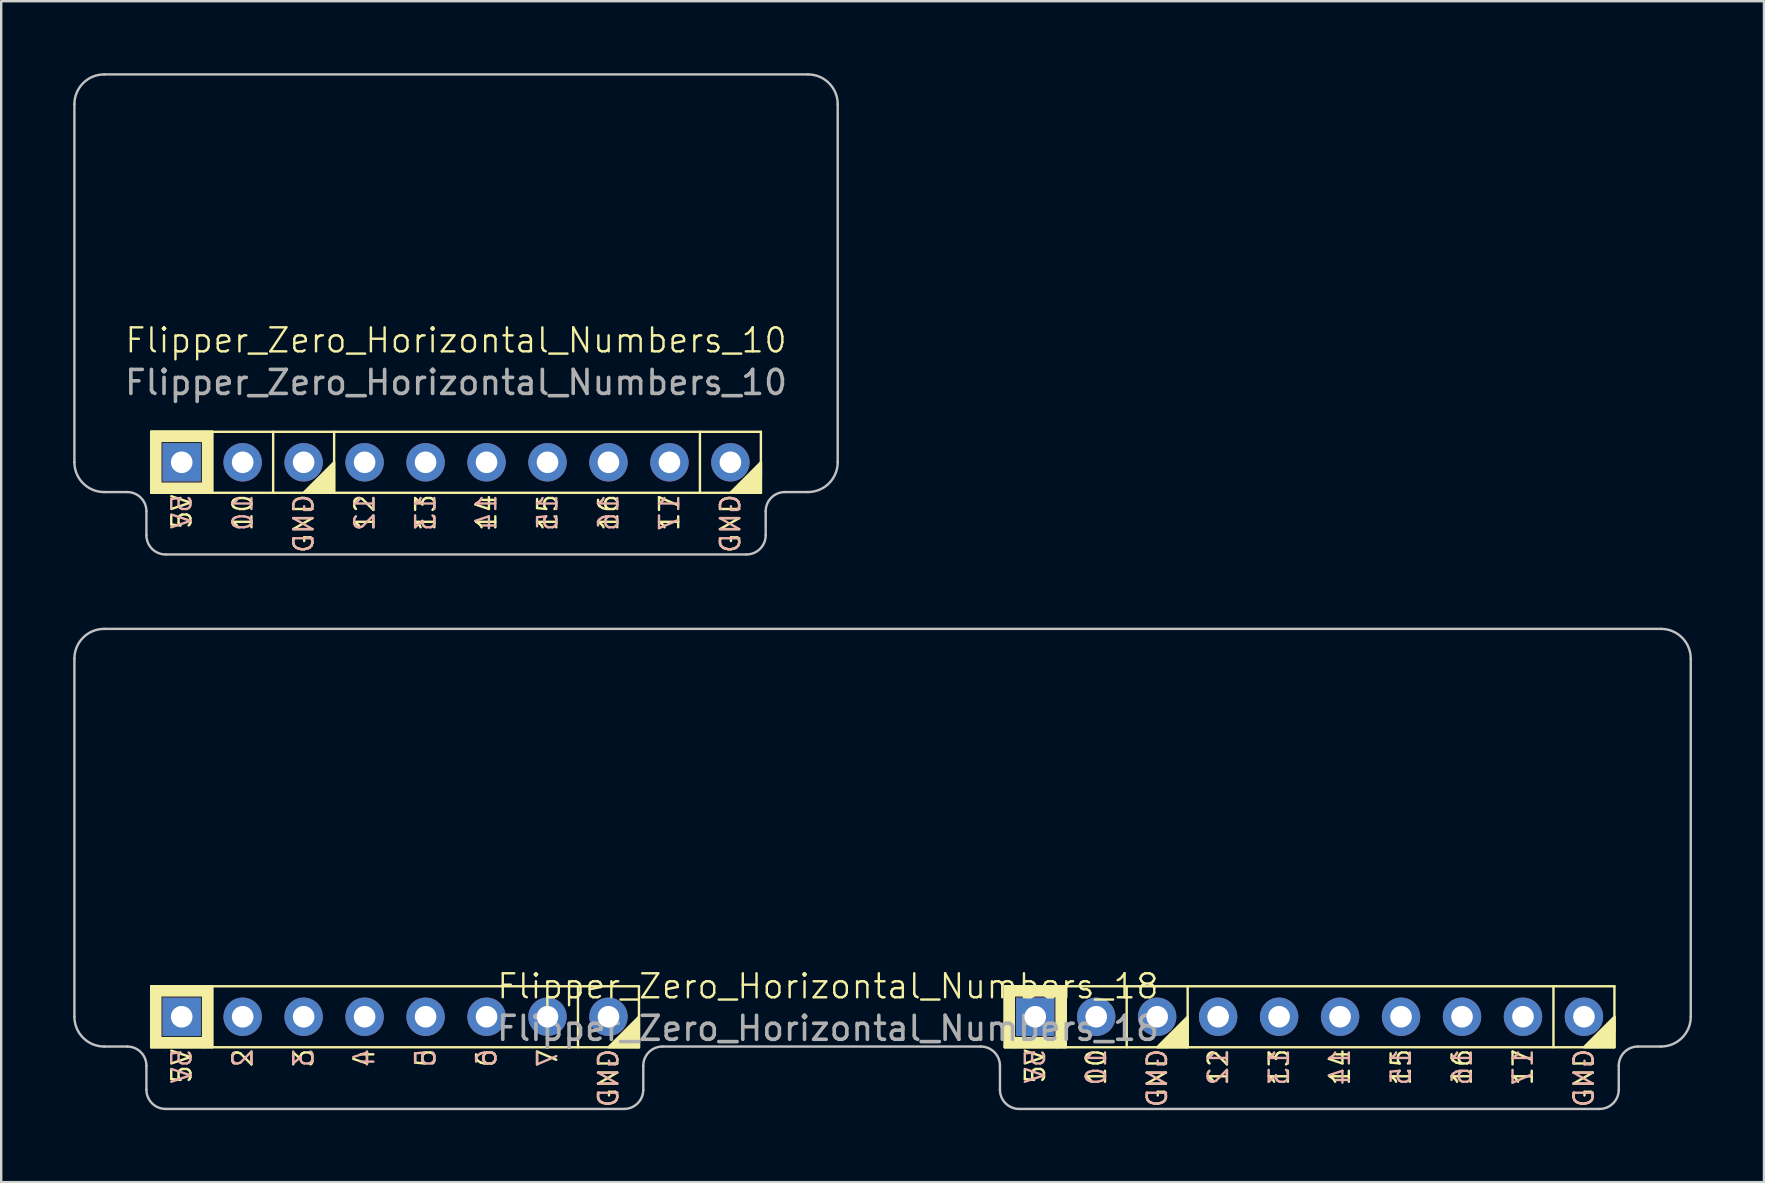
<source format=kicad_pcb>
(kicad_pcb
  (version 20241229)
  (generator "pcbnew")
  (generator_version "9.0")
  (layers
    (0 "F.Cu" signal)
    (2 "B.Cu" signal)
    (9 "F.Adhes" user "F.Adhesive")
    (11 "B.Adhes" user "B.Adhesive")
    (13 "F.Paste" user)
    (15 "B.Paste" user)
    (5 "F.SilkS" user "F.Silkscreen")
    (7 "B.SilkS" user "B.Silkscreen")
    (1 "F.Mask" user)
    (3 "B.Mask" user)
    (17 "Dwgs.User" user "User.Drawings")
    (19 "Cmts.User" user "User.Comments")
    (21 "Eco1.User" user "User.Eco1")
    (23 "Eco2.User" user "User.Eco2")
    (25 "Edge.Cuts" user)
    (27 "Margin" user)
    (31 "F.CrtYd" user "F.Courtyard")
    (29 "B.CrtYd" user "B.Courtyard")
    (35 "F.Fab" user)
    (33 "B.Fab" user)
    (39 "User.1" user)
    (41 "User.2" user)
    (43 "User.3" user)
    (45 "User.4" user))
  (footprint "Flipper_Zero_Horizontal_Numbers_18"
    (layer "F.Cu")
    (at 4.52 39.31)
    (property "Reference" "Flipper_Zero_Horizontal_Numbers_18" (at 26.924 -1.27 0) (unlocked yes) (layer "F.SilkS") (effects (font (size 1 1) (thickness 0.1))))
    (attr through_hole)
    (fp_line (start -1.27 -1.27) (end -1.27 1.27) (stroke (width 0.1) (type default)) (layer "F.SilkS"))
    (fp_line (start -1.27 1.27) (end 19.05 1.27) (stroke (width 0.1) (type default)) (layer "F.SilkS"))
    (fp_line (start 1.27 -1.27) (end 1.27 1.27) (stroke (width 0.1) (type default)) (layer "F.SilkS"))
    (fp_line (start 16.51 -1.27) (end 16.51 1.27) (stroke (width 0.1) (type default)) (layer "F.SilkS"))
    (fp_line (start 19.05 -1.27) (end -1.27 -1.27) (stroke (width 0.1) (type default)) (layer "F.SilkS"))
    (fp_line (start 19.05 1.27) (end 19.05 -1.27) (stroke (width 0.1) (type default)) (layer "F.SilkS"))
    (fp_line (start 34.29 -1.27) (end 36.83 -1.27) (stroke (width 0.1) (type default)) (layer "F.SilkS"))
    (fp_line (start 34.29 -1.27) (end 59.69 -1.27) (stroke (width 0.1) (type default)) (layer "F.SilkS"))
    (fp_line (start 34.29 1.27) (end 34.29 -1.27) (stroke (width 0.1) (type default)) (layer "F.SilkS"))
    (fp_line (start 36.83 -1.27) (end 36.83 1.27) (stroke (width 0.1) (type default)) (layer "F.SilkS"))
    (fp_line (start 39.37 -1.27) (end 39.37 1.27) (stroke (width 0.1) (type default)) (layer "F.SilkS"))
    (fp_line (start 41.91 -1.27) (end 41.91 1.27) (stroke (width 0.1) (type default)) (layer "F.SilkS"))
    (fp_line (start 57.15 -1.27) (end 57.15 1.27) (stroke (width 0.1) (type default)) (layer "F.SilkS"))
    (fp_line (start 59.69 -1.27) (end 59.69 1.27) (stroke (width 0.1) (type default)) (layer "F.SilkS"))
    (fp_line (start 59.69 0) (end 59.69 0.635) (stroke (width 0.1) (type default)) (layer "F.SilkS"))
    (fp_line (start 59.69 1.27) (end 34.29 1.27) (stroke (width 0.1) (type default)) (layer "F.SilkS"))
    (fp_rect (start -1.27 -1.27) (end -0.889 0.889) (stroke (width 0.1) (type solid)) (fill yes) (layer "F.SilkS"))
    (fp_rect (start -1.27 0.889) (end 0.889 1.27) (stroke (width 0.1) (type solid)) (fill yes) (layer "F.SilkS"))
    (fp_rect (start -0.889 -1.27) (end 0.889 -0.889) (stroke (width 0.1) (type solid)) (fill yes) (layer "F.SilkS"))
    (fp_rect (start 0.889 -1.27) (end 1.27 1.27) (stroke (width 0.1) (type solid)) (fill yes) (layer "F.SilkS"))
    (fp_rect (start 34.29 -1.27) (end 36.449 -0.889) (stroke (width 0.1) (type solid)) (fill yes) (layer "F.SilkS"))
    (fp_rect (start 34.29 -0.889) (end 34.671 1.27) (stroke (width 0.1) (type solid)) (fill yes) (layer "F.SilkS"))
    (fp_rect (start 34.671 0.889) (end 36.449 1.27) (stroke (width 0.1) (type solid)) (fill yes) (layer "F.SilkS"))
    (fp_rect (start 36.449 -1.27) (end 36.83 1.27) (stroke (width 0.1) (type solid)) (fill yes) (layer "F.SilkS"))
    (fp_poly (pts (xy 19.05 0) (xy 17.78 1.27) (xy 19.05 1.27)) (stroke (width 0.1) (type solid)) (fill yes) (layer "F.SilkS"))
    (fp_poly (pts (xy 41.91 0) (xy 40.64 1.27) (xy 41.91 1.27)) (stroke (width 0.1) (type solid)) (fill yes) (layer "F.SilkS"))
    (fp_poly (pts (xy 59.69 0) (xy 58.42 1.27) (xy 59.69 1.27)) (stroke (width 0.1) (type solid)) (fill yes) (layer "F.SilkS"))
    (fp_line (start -4.47 0) (end -4.47 -14.92) (stroke (width 0.1) (type default)) (layer "Dwgs.User"))
    (fp_line (start -2.27 1.24) (end -3.23 1.24) (stroke (width 0.1) (type default)) (layer "Dwgs.User"))
    (fp_line (start -1.47 2.04) (end -1.47 3.04) (stroke (width 0.1) (type default)) (layer "Dwgs.User"))
    (fp_line (start -0.67 3.84) (end 18.43 3.84) (stroke (width 0.1) (type default)) (layer "Dwgs.User"))
    (fp_line (start 19.23 3.04) (end 19.23 2.04) (stroke (width 0.1) (type default)) (layer "Dwgs.User"))
    (fp_line (start 20.03 1.24) (end 33.29 1.24) (stroke (width 0.1) (type default)) (layer "Dwgs.User"))
    (fp_line (start 34.09 3.04) (end 34.09 2.04) (stroke (width 0.1) (type default)) (layer "Dwgs.User"))
    (fp_line (start 34.89 3.84) (end 59.07 3.84) (stroke (width 0.1) (type default)) (layer "Dwgs.User"))
    (fp_line (start 59.87 2.04) (end 59.87 3.04) (stroke (width 0.1) (type default)) (layer "Dwgs.User"))
    (fp_line (start 61.63 -16.16) (end -3.23 -16.16) (stroke (width 0.1) (type default)) (layer "Dwgs.User"))
    (fp_line (start 61.63 1.24) (end 60.67 1.24) (stroke (width 0.1) (type default)) (layer "Dwgs.User"))
    (fp_line (start 62.87 0) (end 62.87 -14.92) (stroke (width 0.1) (type default)) (layer "Dwgs.User"))
    (fp_arc (start -4.47 -14.92) (mid -4.106812 -15.796812) (end -3.23 -16.16) (stroke (width 0.1) (type default)) (layer "Dwgs.User"))
    (fp_arc (start -3.23 1.24) (mid -4.106812 0.876812) (end -4.47 0) (stroke (width 0.1) (type default)) (layer "Dwgs.User"))
    (fp_arc (start -2.27 1.24) (mid -1.704314 1.474314) (end -1.47 2.04) (stroke (width 0.1) (type default)) (layer "Dwgs.User"))
    (fp_arc (start -0.67 3.84) (mid -1.235686 3.605686) (end -1.47 3.04) (stroke (width 0.1) (type default)) (layer "Dwgs.User"))
    (fp_arc (start 19.23 2.04) (mid 19.464314 1.474314) (end 20.03 1.24) (stroke (width 0.1) (type default)) (layer "Dwgs.User"))
    (fp_arc (start 19.23 3.04) (mid 18.995686 3.605686) (end 18.43 3.84) (stroke (width 0.1) (type default)) (layer "Dwgs.User"))
    (fp_arc (start 33.29 1.24) (mid 33.855686 1.474314) (end 34.09 2.04) (stroke (width 0.1) (type default)) (layer "Dwgs.User"))
    (fp_arc (start 34.89 3.84) (mid 34.324314 3.605686) (end 34.09 3.04) (stroke (width 0.1) (type default)) (layer "Dwgs.User"))
    (fp_arc (start 59.87 2.04) (mid 60.104314 1.474314) (end 60.67 1.24) (stroke (width 0.1) (type default)) (layer "Dwgs.User"))
    (fp_arc (start 59.87 3.04) (mid 59.635686 3.605686) (end 59.07 3.84) (stroke (width 0.1) (type default)) (layer "Dwgs.User"))
    (fp_arc (start 61.63 -16.16) (mid 62.506812 -15.796812) (end 62.87 -14.92) (stroke (width 0.1) (type default)) (layer "Dwgs.User"))
    (fp_arc (start 62.87 0) (mid 62.506812 0.876812) (end 61.63 1.24) (stroke (width 0.1) (type default)) (layer "Dwgs.User"))
    (fp_text user "GND" (at 58.42 1.27 90) (unlocked yes) (layer "F.SilkS") (effects (font (size 0.8 0.8) (thickness 0.1)) (justify right)))
    (fp_text user "GND" (at 17.78 1.27 90) (unlocked yes) (layer "F.SilkS") (effects (font (size 0.8 0.8) (thickness 0.1)) (justify right)))
    (fp_text user "12" (at 43.18 1.27 90) (unlocked yes) (layer "F.SilkS") (effects (font (size 0.8 0.8) (thickness 0.1)) (justify right)))
    (fp_text user "15" (at 50.8 1.27 90) (unlocked yes) (layer "F.SilkS") (effects (font (size 0.8 0.8) (thickness 0.1)) (justify right)))
    (fp_text user "5" (at 10.16 1.27 90) (unlocked yes) (layer "F.SilkS") (effects (font (size 0.8 0.8) (thickness 0.1)) (justify right)))
    (fp_text user "13" (at 45.72 1.27 90) (unlocked yes) (layer "F.SilkS") (effects (font (size 0.8 0.8) (thickness 0.1)) (justify right)))
    (fp_text user "4" (at 7.62 1.27 90) (unlocked yes) (layer "F.SilkS") (effects (font (size 0.8 0.8) (thickness 0.1)) (justify right)))
    (fp_text user "5V" (at 35.56 1.27 90) (unlocked yes) (layer "F.SilkS") (effects (font (size 0.8 0.8) (thickness 0.1)) (justify right)))
    (fp_text user "7" (at 15.24 1.27 90) (unlocked yes) (layer "F.SilkS") (effects (font (size 0.8 0.8) (thickness 0.1)) (justify right)))
    (fp_text user "10" (at 38.1 1.27 90) (unlocked yes) (layer "F.SilkS") (effects (font (size 0.8 0.8) (thickness 0.1)) (justify right)))
    (fp_text user "3" (at 5.08 1.27 90) (unlocked yes) (layer "F.SilkS") (effects (font (size 0.8 0.8) (thickness 0.1)) (justify right)))
    (fp_text user "17" (at 55.88 1.27 90) (unlocked yes) (layer "F.SilkS") (effects (font (size 0.8 0.8) (thickness 0.1)) (justify right)))
    (fp_text user "14" (at 48.26 1.27 90) (unlocked yes) (layer "F.SilkS") (effects (font (size 0.8 0.8) (thickness 0.1)) (justify right)))
    (fp_text user "2" (at 2.54 1.27 90) (unlocked yes) (layer "F.SilkS") (effects (font (size 0.8 0.8) (thickness 0.1)) (justify right)))
    (fp_text user "5V" (at 0 1.27 90) (unlocked yes) (layer "F.SilkS") (effects (font (size 0.8 0.8) (thickness 0.1)) (justify right)))
    (fp_text user "6" (at 12.7 1.27 90) (unlocked yes) (layer "F.SilkS") (effects (font (size 0.8 0.8) (thickness 0.1)) (justify right)))
    (fp_text user "GND" (at 40.64 1.27 90) (unlocked yes) (layer "F.SilkS") (effects (font (size 0.8 0.8) (thickness 0.1)) (justify right)))
    (fp_text user "16" (at 53.34 1.27 90) (unlocked yes) (layer "F.SilkS") (effects (font (size 0.8 0.8) (thickness 0.1)) (justify right)))
    (fp_text user "13" (at 45.72 1.27 90) (unlocked yes) (layer "B.SilkS") (effects (font (size 0.8 0.8) (thickness 0.1)) (justify left mirror)))
    (fp_text user "15" (at 50.8 1.27 90) (unlocked yes) (layer "B.SilkS") (effects (font (size 0.8 0.8) (thickness 0.1)) (justify left mirror)))
    (fp_text user "14" (at 48.26 1.27 90) (unlocked yes) (layer "B.SilkS") (effects (font (size 0.8 0.8) (thickness 0.1)) (justify left mirror)))
    (fp_text user "12" (at 43.18 1.27 90) (unlocked yes) (layer "B.SilkS") (effects (font (size 0.8 0.8) (thickness 0.1)) (justify left mirror)))
    (fp_text user "7" (at 15.24 1.27 90) (unlocked yes) (layer "B.SilkS") (effects (font (size 0.8 0.8) (thickness 0.1)) (justify left mirror)))
    (fp_text user "2" (at 2.54 1.27 90) (unlocked yes) (layer "B.SilkS") (effects (font (size 0.8 0.8) (thickness 0.1)) (justify left mirror)))
    (fp_text user "16" (at 53.34 1.27 90) (unlocked yes) (layer "B.SilkS") (effects (font (size 0.8 0.8) (thickness 0.1)) (justify left mirror)))
    (fp_text user "5V" (at 35.56 1.27 90) (unlocked yes) (layer "B.SilkS") (effects (font (size 0.8 0.8) (thickness 0.1)) (justify left mirror)))
    (fp_text user "GND" (at 17.78 1.27 90) (unlocked yes) (layer "B.SilkS") (effects (font (size 0.8 0.8) (thickness 0.1)) (justify left mirror)))
    (fp_text user "4" (at 7.62 1.27 90) (unlocked yes) (layer "B.SilkS") (effects (font (size 0.8 0.8) (thickness 0.1)) (justify left mirror)))
    (fp_text user "17" (at 55.88 1.27 90) (unlocked yes) (layer "B.SilkS") (effects (font (size 0.8 0.8) (thickness 0.1)) (justify left mirror)))
    (fp_text user "GND" (at 40.64 1.27 90) (unlocked yes) (layer "B.SilkS") (effects (font (size 0.8 0.8) (thickness 0.1)) (justify left mirror)))
    (fp_text user "GND" (at 58.42 1.27 90) (unlocked yes) (layer "B.SilkS") (effects (font (size 0.8 0.8) (thickness 0.1)) (justify left mirror)))
    (fp_text user "3" (at 5.08 1.27 90) (unlocked yes) (layer "B.SilkS") (effects (font (size 0.8 0.8) (thickness 0.1)) (justify left mirror)))
    (fp_text user "5" (at 10.16 1.27 90) (unlocked yes) (layer "B.SilkS") (effects (font (size 0.8 0.8) (thickness 0.1)) (justify left mirror)))
    (fp_text user "10" (at 38.1 1.27 90) (unlocked yes) (layer "B.SilkS") (effects (font (size 0.8 0.8) (thickness 0.1)) (justify left mirror)))
    (fp_text user "5V" (at 0 1.27 90) (unlocked yes) (layer "B.SilkS") (effects (font (size 0.8 0.8) (thickness 0.1)) (justify left mirror)))
    (fp_text user "6" (at 12.7 1.27 90) (unlocked yes) (layer "B.SilkS") (effects (font (size 0.8 0.8) (thickness 0.1)) (justify left mirror)))
    (fp_text user "${REFERENCE}" (at 26.924 0.484 0) (unlocked yes) (layer "F.Fab") (effects (font (size 1 1) (thickness 0.15))))
    (pad "1" thru_hole rect (at 0 0) (size 1.6 1.6) (drill 0.9) (layers "*.Cu" "*.Mask"))
    (pad "2" thru_hole circle (at 2.54 0) (size 1.6 1.6) (drill 0.9) (layers "*.Cu" "*.Mask"))
    (pad "3" thru_hole circle (at 5.08 0) (size 1.6 1.6) (drill 0.9) (layers "*.Cu" "*.Mask"))
    (pad "4" thru_hole circle (at 7.62 0) (size 1.6 1.6) (drill 0.9) (layers "*.Cu" "*.Mask"))
    (pad "5" thru_hole circle (at 10.16 0) (size 1.6 1.6) (drill 0.9) (layers "*.Cu" "*.Mask"))
    (pad "6" thru_hole circle (at 12.7 0) (size 1.6 1.6) (drill 0.9) (layers "*.Cu" "*.Mask"))
    (pad "7" thru_hole circle (at 15.24 0) (size 1.6 1.6) (drill 0.9) (layers "*.Cu" "*.Mask"))
    (pad "8" thru_hole circle (at 17.78 0) (size 1.6 1.6) (drill 0.9) (layers "*.Cu" "*.Mask"))
    (pad "9" thru_hole rect (at 35.56 0) (size 1.6 1.6) (drill 0.9) (layers "*.Cu" "*.Mask"))
    (pad "10" thru_hole circle (at 38.1 0) (size 1.6 1.6) (drill 0.9) (layers "*.Cu" "*.Mask"))
    (pad "11" thru_hole circle (at 40.64 0) (size 1.6 1.6) (drill 0.9) (layers "*.Cu" "*.Mask"))
    (pad "12" thru_hole circle (at 43.18 0) (size 1.6 1.6) (drill 0.9) (layers "*.Cu" "*.Mask"))
    (pad "13" thru_hole circle (at 45.72 0) (size 1.6 1.6) (drill 0.9) (layers "*.Cu" "*.Mask"))
    (pad "14" thru_hole circle (at 48.26 0) (size 1.6 1.6) (drill 0.9) (layers "*.Cu" "*.Mask"))
    (pad "15" thru_hole circle (at 50.8 0) (size 1.6 1.6) (drill 0.9) (layers "*.Cu" "*.Mask"))
    (pad "16" thru_hole circle (at 53.34 0) (size 1.6 1.6) (drill 0.9) (layers "*.Cu" "*.Mask"))
    (pad "17" thru_hole circle (at 55.88 0) (size 1.6 1.6) (drill 0.9) (layers "*.Cu" "*.Mask"))
    (pad "18" thru_hole circle (at 58.42 0) (size 1.6 1.6) (drill 0.9) (layers "*.Cu" "*.Mask")))
  (footprint "Flipper_Zero_Horizontal_Numbers_10"
    (layer "F.Cu")
    (at 4.52 16.21)
    (property "Reference" "Flipper_Zero_Horizontal_Numbers_10" (at 11.43 -5.08 0) (unlocked yes) (layer "F.SilkS") (effects (font (size 1 1) (thickness 0.1))))
    (attr through_hole)
    (fp_line (start -1.27 -1.27) (end 1.27 -1.27) (stroke (width 0.1) (type default)) (layer "F.SilkS"))
    (fp_line (start -1.27 -1.27) (end 24.13 -1.27) (stroke (width 0.1) (type default)) (layer "F.SilkS"))
    (fp_line (start -1.27 1.27) (end -1.27 -1.27) (stroke (width 0.1) (type default)) (layer "F.SilkS"))
    (fp_line (start 1.27 -1.27) (end 1.27 1.27) (stroke (width 0.1) (type default)) (layer "F.SilkS"))
    (fp_line (start 3.81 -1.27) (end 3.81 1.27) (stroke (width 0.1) (type default)) (layer "F.SilkS"))
    (fp_line (start 6.35 -1.27) (end 6.35 1.27) (stroke (width 0.1) (type default)) (layer "F.SilkS"))
    (fp_line (start 21.59 -1.27) (end 21.59 1.27) (stroke (width 0.1) (type default)) (layer "F.SilkS"))
    (fp_line (start 24.13 -1.27) (end 24.13 1.27) (stroke (width 0.1) (type default)) (layer "F.SilkS"))
    (fp_line (start 24.13 0) (end 24.13 0.635) (stroke (width 0.1) (type default)) (layer "F.SilkS"))
    (fp_line (start 24.13 1.27) (end -1.27 1.27) (stroke (width 0.1) (type default)) (layer "F.SilkS"))
    (fp_rect (start -1.27 -1.27) (end 0.889 -0.889) (stroke (width 0.1) (type solid)) (fill yes) (layer "F.SilkS"))
    (fp_rect (start -1.27 -0.889) (end -0.889 1.27) (stroke (width 0.1) (type solid)) (fill yes) (layer "F.SilkS"))
    (fp_rect (start -0.889 0.889) (end 0.889 1.27) (stroke (width 0.1) (type solid)) (fill yes) (layer "F.SilkS"))
    (fp_rect (start 0.889 -1.27) (end 1.27 1.27) (stroke (width 0.1) (type solid)) (fill yes) (layer "F.SilkS"))
    (fp_poly (pts (xy 6.35 0) (xy 5.08 1.27) (xy 6.35 1.27)) (stroke (width 0.1) (type solid)) (fill yes) (layer "F.SilkS"))
    (fp_poly (pts (xy 22.86 1.27) (xy 24.13 0) (xy 24.13 1.27)) (stroke (width 0.1) (type solid)) (fill yes) (layer "F.SilkS"))
    (fp_line (start -4.47 0) (end -4.47 -14.92) (stroke (width 0.1) (type default)) (layer "Dwgs.User"))
    (fp_line (start -3.23 -16.16) (end 26.09 -16.16) (stroke (width 0.1) (type default)) (layer "Dwgs.User"))
    (fp_line (start -2.27 1.24) (end -3.23 1.24) (stroke (width 0.1) (type default)) (layer "Dwgs.User"))
    (fp_line (start -1.47 2.04) (end -1.47 3.04) (stroke (width 0.1) (type default)) (layer "Dwgs.User"))
    (fp_line (start -0.67 3.84) (end 23.53 3.84) (stroke (width 0.1) (type default)) (layer "Dwgs.User"))
    (fp_line (start 24.33 2.04) (end 24.33 3.04) (stroke (width 0.1) (type default)) (layer "Dwgs.User"))
    (fp_line (start 26.09 1.24) (end 25.13 1.24) (stroke (width 0.1) (type default)) (layer "Dwgs.User"))
    (fp_line (start 27.33 0) (end 27.33 -14.92) (stroke (width 0.1) (type default)) (layer "Dwgs.User"))
    (fp_arc (start -4.47 -14.92) (mid -4.106812 -15.796812) (end -3.23 -16.16) (stroke (width 0.1) (type default)) (layer "Dwgs.User"))
    (fp_arc (start -3.23 1.24) (mid -4.106812 0.876812) (end -4.47 0) (stroke (width 0.1) (type default)) (layer "Dwgs.User"))
    (fp_arc (start -2.27 1.24) (mid -1.704314 1.474314) (end -1.47 2.04) (stroke (width 0.1) (type default)) (layer "Dwgs.User"))
    (fp_arc (start -0.67 3.84) (mid -1.235686 3.605686) (end -1.47 3.04) (stroke (width 0.1) (type default)) (layer "Dwgs.User"))
    (fp_arc (start 24.33 2.04) (mid 24.564315 1.474315) (end 25.13 1.24) (stroke (width 0.1) (type default)) (layer "Dwgs.User"))
    (fp_arc (start 24.33 3.04) (mid 24.095685 3.605685) (end 23.53 3.84) (stroke (width 0.1) (type default)) (layer "Dwgs.User"))
    (fp_arc (start 26.09 -16.16) (mid 26.966812 -15.796812) (end 27.33 -14.92) (stroke (width 0.1) (type default)) (layer "Dwgs.User"))
    (fp_arc (start 27.33 0) (mid 26.966812 0.876812) (end 26.09 1.24) (stroke (width 0.1) (type default)) (layer "Dwgs.User"))
    (fp_text user "10" (at 2.54 1.27 90) (unlocked yes) (layer "F.SilkS") (effects (font (size 0.8 0.8) (thickness 0.1)) (justify right)))
    (fp_text user "16" (at 17.78 1.27 90) (unlocked yes) (layer "F.SilkS") (effects (font (size 0.8 0.8) (thickness 0.1)) (justify right)))
    (fp_text user "GND" (at 5.08 1.27 90) (unlocked yes) (layer "F.SilkS") (effects (font (size 0.8 0.8) (thickness 0.1)) (justify right)))
    (fp_text user "17" (at 20.32 1.27 90) (unlocked yes) (layer "F.SilkS") (effects (font (size 0.8 0.8) (thickness 0.1)) (justify right)))
    (fp_text user "15" (at 15.24 1.27 90) (unlocked yes) (layer "F.SilkS") (effects (font (size 0.8 0.8) (thickness 0.1)) (justify right)))
    (fp_text user "12" (at 7.62 1.27 90) (unlocked yes) (layer "F.SilkS") (effects (font (size 0.8 0.8) (thickness 0.1)) (justify right)))
    (fp_text user "5V" (at 0 1.27 90) (unlocked yes) (layer "F.SilkS") (effects (font (size 0.8 0.8) (thickness 0.1)) (justify right)))
    (fp_text user "GND" (at 22.86 1.27 90) (unlocked yes) (layer "F.SilkS") (effects (font (size 0.8 0.8) (thickness 0.1)) (justify right)))
    (fp_text user "13" (at 10.16 1.27 90) (unlocked yes) (layer "F.SilkS") (effects (font (size 0.8 0.8) (thickness 0.1)) (justify right)))
    (fp_text user "14" (at 12.7 1.27 90) (unlocked yes) (layer "F.SilkS") (effects (font (size 0.8 0.8) (thickness 0.1)) (justify right)))
    (fp_text user "10" (at 2.54 1.27 90) (unlocked yes) (layer "B.SilkS") (effects (font (size 0.8 0.8) (thickness 0.1)) (justify left mirror)))
    (fp_text user "14" (at 12.7 1.27 90) (unlocked yes) (layer "B.SilkS") (effects (font (size 0.8 0.8) (thickness 0.1)) (justify left mirror)))
    (fp_text user "17" (at 20.32 1.27 90) (unlocked yes) (layer "B.SilkS") (effects (font (size 0.8 0.8) (thickness 0.1)) (justify left mirror)))
    (fp_text user "16" (at 17.78 1.27 90) (unlocked yes) (layer "B.SilkS") (effects (font (size 0.8 0.8) (thickness 0.1)) (justify left mirror)))
    (fp_text user "5V" (at 0 1.27 90) (unlocked yes) (layer "B.SilkS") (effects (font (size 0.8 0.8) (thickness 0.1)) (justify left mirror)))
    (fp_text user "12" (at 7.62 1.27 90) (unlocked yes) (layer "B.SilkS") (effects (font (size 0.8 0.8) (thickness 0.1)) (justify left mirror)))
    (fp_text user "GND" (at 5.08 1.27 90) (unlocked yes) (layer "B.SilkS") (effects (font (size 0.8 0.8) (thickness 0.1)) (justify left mirror)))
    (fp_text user "15" (at 15.24 1.27 90) (unlocked yes) (layer "B.SilkS") (effects (font (size 0.8 0.8) (thickness 0.1)) (justify left mirror)))
    (fp_text user "GND" (at 22.86 1.27 90) (unlocked yes) (layer "B.SilkS") (effects (font (size 0.8 0.8) (thickness 0.1)) (justify left mirror)))
    (fp_text user "13" (at 10.16 1.27 90) (unlocked yes) (layer "B.SilkS") (effects (font (size 0.8 0.8) (thickness 0.1)) (justify left mirror)))
    (fp_text user "${REFERENCE}" (at 11.43 -3.326 0) (unlocked yes) (layer "F.Fab") (effects (font (size 1 1) (thickness 0.15))))
    (pad "9" thru_hole rect (at 0 0) (size 1.6 1.6) (drill 0.9) (layers "*.Cu" "*.Mask"))
    (pad "10" thru_hole circle (at 2.54 0) (size 1.6 1.6) (drill 0.9) (layers "*.Cu" "*.Mask"))
    (pad "11" thru_hole circle (at 5.08 0) (size 1.6 1.6) (drill 0.9) (layers "*.Cu" "*.Mask"))
    (pad "12" thru_hole circle (at 7.62 0) (size 1.6 1.6) (drill 0.9) (layers "*.Cu" "*.Mask"))
    (pad "13" thru_hole circle (at 10.16 0) (size 1.6 1.6) (drill 0.9) (layers "*.Cu" "*.Mask"))
    (pad "14" thru_hole circle (at 12.7 0) (size 1.6 1.6) (drill 0.9) (layers "*.Cu" "*.Mask"))
    (pad "15" thru_hole circle (at 15.24 0) (size 1.6 1.6) (drill 0.9) (layers "*.Cu" "*.Mask"))
    (pad "16" thru_hole circle (at 17.78 0) (size 1.6 1.6) (drill 0.9) (layers "*.Cu" "*.Mask"))
    (pad "17" thru_hole circle (at 20.32 0) (size 1.6 1.6) (drill 0.9) (layers "*.Cu" "*.Mask"))
    (pad "18" thru_hole circle (at 22.86 0) (size 1.6 1.6) (drill 0.9) (layers "*.Cu" "*.Mask")))
  (gr_rect
    (start -3 -3)
    (end 70.44 46.2)
    (stroke (width 0.1) (type default))
    (fill no)
    (layer "Edge.Cuts")))
</source>
